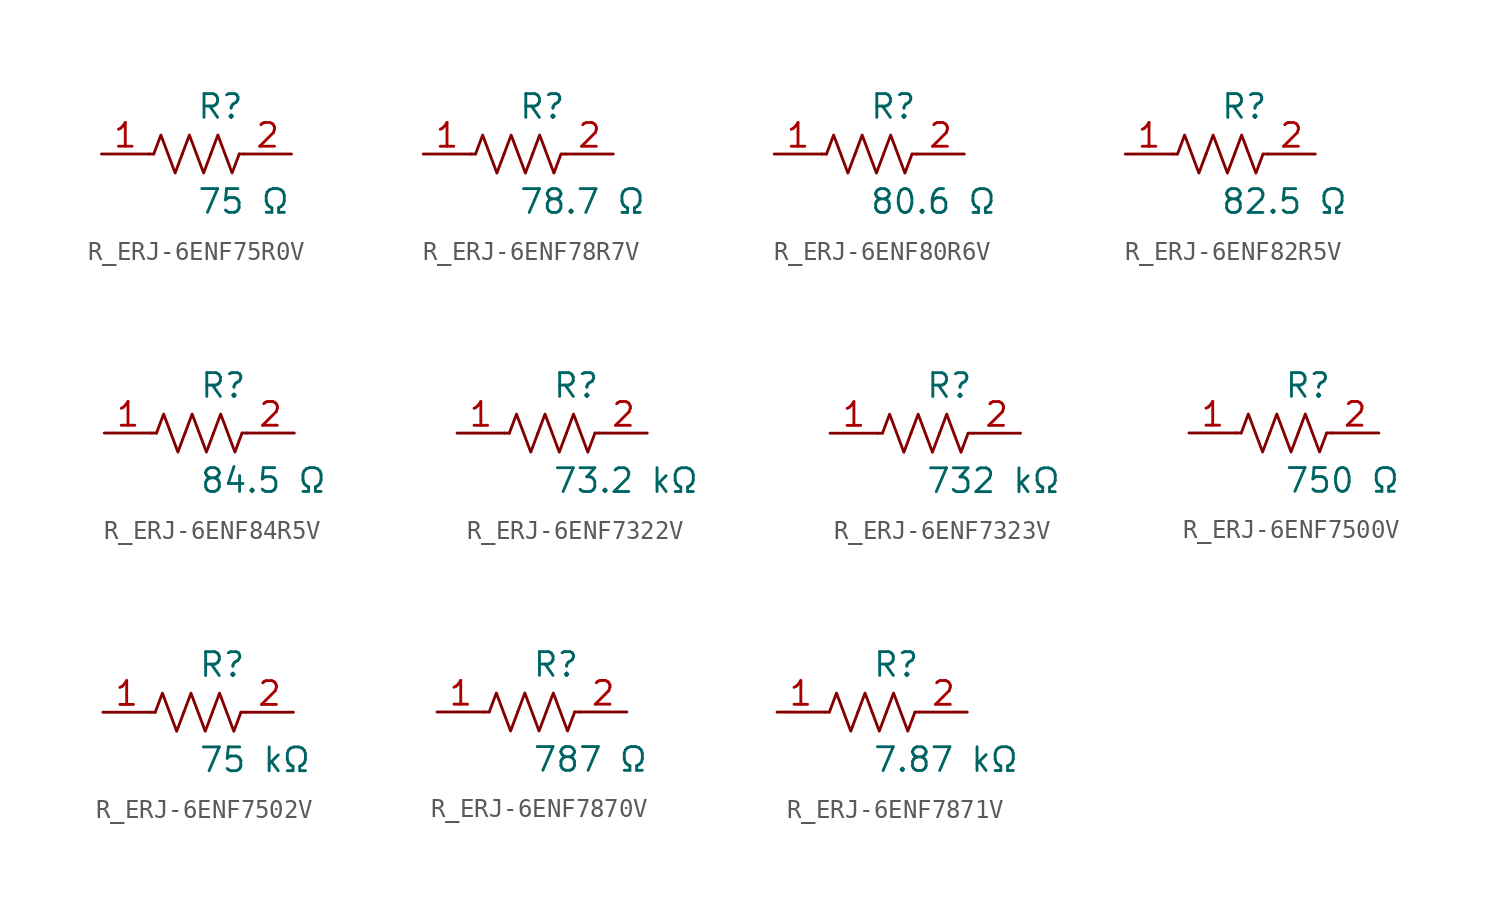
<source format=kicad_sym>
(kicad_symbol_lib
  (version 20231120)
  (generator kicad_symbol_editor)
  (generator_version 8.0)
  (symbol "R_ERJ-6ENF75R0V"
    (pin_names
      (offset 0.254))
    (property "Reference" "R"
      (at 0.0 2.54 0)
      (effects (font (size 1.27 1.27)) (justify left)))
    (property "Value" "75 Ω"
      (at 0.0 -2.54 0)
      (effects (font (size 1.27 1.27)) (justify left)))
    (symbol "R_ERJ-6ENF75R0V_0_1"
      (polyline (pts (xy 2.286 0) (xy 2.54 0)) (stroke (width 0) (type default)) (fill (type none)))
      (polyline (pts (xy -2.286 0) (xy -2.54 0)) (stroke (width 0) (type default)) (fill (type none)))
      (polyline (pts (xy 0.762 0) (xy 1.143 1.016) (xy 1.524 0) (xy 1.905 -1.016) (xy 2.286 0)) (stroke (width 0) (type default)) (fill (type none)))
      (polyline (pts (xy -0.762 0) (xy -0.381 1.016) (xy 0 0) (xy 0.381 -1.016) (xy 0.762 0)) (stroke (width 0) (type default)) (fill (type none)))
      (polyline (pts (xy -2.286 0) (xy -1.905 1.016) (xy -1.524 0) (xy -1.143 -1.016) (xy -0.762 0)) (stroke (width 0) (type default)) (fill (type none))))
    (pin unspecified line
      (at -5.08 0 0)
      (length 2.54)
      (name "" (effects (font (size 1.27 1.27))))
      (number "1" (effects (font (size 1.27 1.27)))))
    (pin unspecified line
      (at 5.08 0 180)
      (length 2.54)
      (name "" (effects (font (size 1.27 1.27))))
      (number "2" (effects (font (size 1.27 1.27))))))
  (symbol "R_ERJ-6ENF78R7V"
    (pin_names
      (offset 0.254))
    (property "Reference" "R"
      (at 0.0 2.54 0)
      (effects (font (size 1.27 1.27)) (justify left)))
    (property "Value" "78.7 Ω"
      (at 0.0 -2.54 0)
      (effects (font (size 1.27 1.27)) (justify left)))
    (symbol "R_ERJ-6ENF78R7V_0_1"
      (polyline (pts (xy 2.286 0) (xy 2.54 0)) (stroke (width 0) (type default)) (fill (type none)))
      (polyline (pts (xy -2.286 0) (xy -2.54 0)) (stroke (width 0) (type default)) (fill (type none)))
      (polyline (pts (xy 0.762 0) (xy 1.143 1.016) (xy 1.524 0) (xy 1.905 -1.016) (xy 2.286 0)) (stroke (width 0) (type default)) (fill (type none)))
      (polyline (pts (xy -0.762 0) (xy -0.381 1.016) (xy 0 0) (xy 0.381 -1.016) (xy 0.762 0)) (stroke (width 0) (type default)) (fill (type none)))
      (polyline (pts (xy -2.286 0) (xy -1.905 1.016) (xy -1.524 0) (xy -1.143 -1.016) (xy -0.762 0)) (stroke (width 0) (type default)) (fill (type none))))
    (pin unspecified line
      (at -5.08 0 0)
      (length 2.54)
      (name "" (effects (font (size 1.27 1.27))))
      (number "1" (effects (font (size 1.27 1.27)))))
    (pin unspecified line
      (at 5.08 0 180)
      (length 2.54)
      (name "" (effects (font (size 1.27 1.27))))
      (number "2" (effects (font (size 1.27 1.27))))))
  (symbol "R_ERJ-6ENF80R6V"
    (pin_names
      (offset 0.254))
    (property "Reference" "R"
      (at 0.0 2.54 0)
      (effects (font (size 1.27 1.27)) (justify left)))
    (property "Value" "80.6 Ω"
      (at 0.0 -2.54 0)
      (effects (font (size 1.27 1.27)) (justify left)))
    (symbol "R_ERJ-6ENF80R6V_0_1"
      (polyline (pts (xy 2.286 0) (xy 2.54 0)) (stroke (width 0) (type default)) (fill (type none)))
      (polyline (pts (xy -2.286 0) (xy -2.54 0)) (stroke (width 0) (type default)) (fill (type none)))
      (polyline (pts (xy 0.762 0) (xy 1.143 1.016) (xy 1.524 0) (xy 1.905 -1.016) (xy 2.286 0)) (stroke (width 0) (type default)) (fill (type none)))
      (polyline (pts (xy -0.762 0) (xy -0.381 1.016) (xy 0 0) (xy 0.381 -1.016) (xy 0.762 0)) (stroke (width 0) (type default)) (fill (type none)))
      (polyline (pts (xy -2.286 0) (xy -1.905 1.016) (xy -1.524 0) (xy -1.143 -1.016) (xy -0.762 0)) (stroke (width 0) (type default)) (fill (type none))))
    (pin unspecified line
      (at -5.08 0 0)
      (length 2.54)
      (name "" (effects (font (size 1.27 1.27))))
      (number "1" (effects (font (size 1.27 1.27)))))
    (pin unspecified line
      (at 5.08 0 180)
      (length 2.54)
      (name "" (effects (font (size 1.27 1.27))))
      (number "2" (effects (font (size 1.27 1.27))))))
  (symbol "R_ERJ-6ENF82R5V"
    (pin_names
      (offset 0.254))
    (property "Reference" "R"
      (at 0.0 2.54 0)
      (effects (font (size 1.27 1.27)) (justify left)))
    (property "Value" "82.5 Ω"
      (at 0.0 -2.54 0)
      (effects (font (size 1.27 1.27)) (justify left)))
    (symbol "R_ERJ-6ENF82R5V_0_1"
      (polyline (pts (xy 2.286 0) (xy 2.54 0)) (stroke (width 0) (type default)) (fill (type none)))
      (polyline (pts (xy -2.286 0) (xy -2.54 0)) (stroke (width 0) (type default)) (fill (type none)))
      (polyline (pts (xy 0.762 0) (xy 1.143 1.016) (xy 1.524 0) (xy 1.905 -1.016) (xy 2.286 0)) (stroke (width 0) (type default)) (fill (type none)))
      (polyline (pts (xy -0.762 0) (xy -0.381 1.016) (xy 0 0) (xy 0.381 -1.016) (xy 0.762 0)) (stroke (width 0) (type default)) (fill (type none)))
      (polyline (pts (xy -2.286 0) (xy -1.905 1.016) (xy -1.524 0) (xy -1.143 -1.016) (xy -0.762 0)) (stroke (width 0) (type default)) (fill (type none))))
    (pin unspecified line
      (at -5.08 0 0)
      (length 2.54)
      (name "" (effects (font (size 1.27 1.27))))
      (number "1" (effects (font (size 1.27 1.27)))))
    (pin unspecified line
      (at 5.08 0 180)
      (length 2.54)
      (name "" (effects (font (size 1.27 1.27))))
      (number "2" (effects (font (size 1.27 1.27))))))
  (symbol "R_ERJ-6ENF84R5V"
    (pin_names
      (offset 0.254))
    (property "Reference" "R"
      (at 0.0 2.54 0)
      (effects (font (size 1.27 1.27)) (justify left)))
    (property "Value" "84.5 Ω"
      (at 0.0 -2.54 0)
      (effects (font (size 1.27 1.27)) (justify left)))
    (symbol "R_ERJ-6ENF84R5V_0_1"
      (polyline (pts (xy 2.286 0) (xy 2.54 0)) (stroke (width 0) (type default)) (fill (type none)))
      (polyline (pts (xy -2.286 0) (xy -2.54 0)) (stroke (width 0) (type default)) (fill (type none)))
      (polyline (pts (xy 0.762 0) (xy 1.143 1.016) (xy 1.524 0) (xy 1.905 -1.016) (xy 2.286 0)) (stroke (width 0) (type default)) (fill (type none)))
      (polyline (pts (xy -0.762 0) (xy -0.381 1.016) (xy 0 0) (xy 0.381 -1.016) (xy 0.762 0)) (stroke (width 0) (type default)) (fill (type none)))
      (polyline (pts (xy -2.286 0) (xy -1.905 1.016) (xy -1.524 0) (xy -1.143 -1.016) (xy -0.762 0)) (stroke (width 0) (type default)) (fill (type none))))
    (pin unspecified line
      (at -5.08 0 0)
      (length 2.54)
      (name "" (effects (font (size 1.27 1.27))))
      (number "1" (effects (font (size 1.27 1.27)))))
    (pin unspecified line
      (at 5.08 0 180)
      (length 2.54)
      (name "" (effects (font (size 1.27 1.27))))
      (number "2" (effects (font (size 1.27 1.27))))))
  (symbol "R_ERJ-6ENF7322V"
    (pin_names
      (offset 0.254))
    (property "Reference" "R"
      (at 0.0 2.54 0)
      (effects (font (size 1.27 1.27)) (justify left)))
    (property "Value" "73.2 kΩ"
      (at 0.0 -2.54 0)
      (effects (font (size 1.27 1.27)) (justify left)))
    (symbol "R_ERJ-6ENF7322V_0_1"
      (polyline (pts (xy 2.286 0) (xy 2.54 0)) (stroke (width 0) (type default)) (fill (type none)))
      (polyline (pts (xy -2.286 0) (xy -2.54 0)) (stroke (width 0) (type default)) (fill (type none)))
      (polyline (pts (xy 0.762 0) (xy 1.143 1.016) (xy 1.524 0) (xy 1.905 -1.016) (xy 2.286 0)) (stroke (width 0) (type default)) (fill (type none)))
      (polyline (pts (xy -0.762 0) (xy -0.381 1.016) (xy 0 0) (xy 0.381 -1.016) (xy 0.762 0)) (stroke (width 0) (type default)) (fill (type none)))
      (polyline (pts (xy -2.286 0) (xy -1.905 1.016) (xy -1.524 0) (xy -1.143 -1.016) (xy -0.762 0)) (stroke (width 0) (type default)) (fill (type none))))
    (pin unspecified line
      (at -5.08 0 0)
      (length 2.54)
      (name "" (effects (font (size 1.27 1.27))))
      (number "1" (effects (font (size 1.27 1.27)))))
    (pin unspecified line
      (at 5.08 0 180)
      (length 2.54)
      (name "" (effects (font (size 1.27 1.27))))
      (number "2" (effects (font (size 1.27 1.27))))))
  (symbol "R_ERJ-6ENF7323V"
    (pin_names
      (offset 0.254))
    (property "Reference" "R"
      (at 0.0 2.54 0)
      (effects (font (size 1.27 1.27)) (justify left)))
    (property "Value" "732 kΩ"
      (at 0.0 -2.54 0)
      (effects (font (size 1.27 1.27)) (justify left)))
    (symbol "R_ERJ-6ENF7323V_0_1"
      (polyline (pts (xy 2.286 0) (xy 2.54 0)) (stroke (width 0) (type default)) (fill (type none)))
      (polyline (pts (xy -2.286 0) (xy -2.54 0)) (stroke (width 0) (type default)) (fill (type none)))
      (polyline (pts (xy 0.762 0) (xy 1.143 1.016) (xy 1.524 0) (xy 1.905 -1.016) (xy 2.286 0)) (stroke (width 0) (type default)) (fill (type none)))
      (polyline (pts (xy -0.762 0) (xy -0.381 1.016) (xy 0 0) (xy 0.381 -1.016) (xy 0.762 0)) (stroke (width 0) (type default)) (fill (type none)))
      (polyline (pts (xy -2.286 0) (xy -1.905 1.016) (xy -1.524 0) (xy -1.143 -1.016) (xy -0.762 0)) (stroke (width 0) (type default)) (fill (type none))))
    (pin unspecified line
      (at -5.08 0 0)
      (length 2.54)
      (name "" (effects (font (size 1.27 1.27))))
      (number "1" (effects (font (size 1.27 1.27)))))
    (pin unspecified line
      (at 5.08 0 180)
      (length 2.54)
      (name "" (effects (font (size 1.27 1.27))))
      (number "2" (effects (font (size 1.27 1.27))))))
  (symbol "R_ERJ-6ENF7500V"
    (pin_names
      (offset 0.254))
    (property "Reference" "R"
      (at 0.0 2.54 0)
      (effects (font (size 1.27 1.27)) (justify left)))
    (property "Value" "750 Ω"
      (at 0.0 -2.54 0)
      (effects (font (size 1.27 1.27)) (justify left)))
    (symbol "R_ERJ-6ENF7500V_0_1"
      (polyline (pts (xy 2.286 0) (xy 2.54 0)) (stroke (width 0) (type default)) (fill (type none)))
      (polyline (pts (xy -2.286 0) (xy -2.54 0)) (stroke (width 0) (type default)) (fill (type none)))
      (polyline (pts (xy 0.762 0) (xy 1.143 1.016) (xy 1.524 0) (xy 1.905 -1.016) (xy 2.286 0)) (stroke (width 0) (type default)) (fill (type none)))
      (polyline (pts (xy -0.762 0) (xy -0.381 1.016) (xy 0 0) (xy 0.381 -1.016) (xy 0.762 0)) (stroke (width 0) (type default)) (fill (type none)))
      (polyline (pts (xy -2.286 0) (xy -1.905 1.016) (xy -1.524 0) (xy -1.143 -1.016) (xy -0.762 0)) (stroke (width 0) (type default)) (fill (type none))))
    (pin unspecified line
      (at -5.08 0 0)
      (length 2.54)
      (name "" (effects (font (size 1.27 1.27))))
      (number "1" (effects (font (size 1.27 1.27)))))
    (pin unspecified line
      (at 5.08 0 180)
      (length 2.54)
      (name "" (effects (font (size 1.27 1.27))))
      (number "2" (effects (font (size 1.27 1.27))))))
  (symbol "R_ERJ-6ENF7502V"
    (pin_names
      (offset 0.254))
    (property "Reference" "R"
      (at 0.0 2.54 0)
      (effects (font (size 1.27 1.27)) (justify left)))
    (property "Value" "75 kΩ"
      (at 0.0 -2.54 0)
      (effects (font (size 1.27 1.27)) (justify left)))
    (symbol "R_ERJ-6ENF7502V_0_1"
      (polyline (pts (xy 2.286 0) (xy 2.54 0)) (stroke (width 0) (type default)) (fill (type none)))
      (polyline (pts (xy -2.286 0) (xy -2.54 0)) (stroke (width 0) (type default)) (fill (type none)))
      (polyline (pts (xy 0.762 0) (xy 1.143 1.016) (xy 1.524 0) (xy 1.905 -1.016) (xy 2.286 0)) (stroke (width 0) (type default)) (fill (type none)))
      (polyline (pts (xy -0.762 0) (xy -0.381 1.016) (xy 0 0) (xy 0.381 -1.016) (xy 0.762 0)) (stroke (width 0) (type default)) (fill (type none)))
      (polyline (pts (xy -2.286 0) (xy -1.905 1.016) (xy -1.524 0) (xy -1.143 -1.016) (xy -0.762 0)) (stroke (width 0) (type default)) (fill (type none))))
    (pin unspecified line
      (at -5.08 0 0)
      (length 2.54)
      (name "" (effects (font (size 1.27 1.27))))
      (number "1" (effects (font (size 1.27 1.27)))))
    (pin unspecified line
      (at 5.08 0 180)
      (length 2.54)
      (name "" (effects (font (size 1.27 1.27))))
      (number "2" (effects (font (size 1.27 1.27))))))
  (symbol "R_ERJ-6ENF7870V"
    (pin_names
      (offset 0.254))
    (property "Reference" "R"
      (at 0.0 2.54 0)
      (effects (font (size 1.27 1.27)) (justify left)))
    (property "Value" "787 Ω"
      (at 0.0 -2.54 0)
      (effects (font (size 1.27 1.27)) (justify left)))
    (symbol "R_ERJ-6ENF7870V_0_1"
      (polyline (pts (xy 2.286 0) (xy 2.54 0)) (stroke (width 0) (type default)) (fill (type none)))
      (polyline (pts (xy -2.286 0) (xy -2.54 0)) (stroke (width 0) (type default)) (fill (type none)))
      (polyline (pts (xy 0.762 0) (xy 1.143 1.016) (xy 1.524 0) (xy 1.905 -1.016) (xy 2.286 0)) (stroke (width 0) (type default)) (fill (type none)))
      (polyline (pts (xy -0.762 0) (xy -0.381 1.016) (xy 0 0) (xy 0.381 -1.016) (xy 0.762 0)) (stroke (width 0) (type default)) (fill (type none)))
      (polyline (pts (xy -2.286 0) (xy -1.905 1.016) (xy -1.524 0) (xy -1.143 -1.016) (xy -0.762 0)) (stroke (width 0) (type default)) (fill (type none))))
    (pin unspecified line
      (at -5.08 0 0)
      (length 2.54)
      (name "" (effects (font (size 1.27 1.27))))
      (number "1" (effects (font (size 1.27 1.27)))))
    (pin unspecified line
      (at 5.08 0 180)
      (length 2.54)
      (name "" (effects (font (size 1.27 1.27))))
      (number "2" (effects (font (size 1.27 1.27))))))
  (symbol "R_ERJ-6ENF7871V"
    (pin_names
      (offset 0.254))
    (property "Reference" "R"
      (at 0.0 2.54 0)
      (effects (font (size 1.27 1.27)) (justify left)))
    (property "Value" "7.87 kΩ"
      (at 0.0 -2.54 0)
      (effects (font (size 1.27 1.27)) (justify left)))
    (symbol "R_ERJ-6ENF7871V_0_1"
      (polyline (pts (xy 2.286 0) (xy 2.54 0)) (stroke (width 0) (type default)) (fill (type none)))
      (polyline (pts (xy -2.286 0) (xy -2.54 0)) (stroke (width 0) (type default)) (fill (type none)))
      (polyline (pts (xy 0.762 0) (xy 1.143 1.016) (xy 1.524 0) (xy 1.905 -1.016) (xy 2.286 0)) (stroke (width 0) (type default)) (fill (type none)))
      (polyline (pts (xy -0.762 0) (xy -0.381 1.016) (xy 0 0) (xy 0.381 -1.016) (xy 0.762 0)) (stroke (width 0) (type default)) (fill (type none)))
      (polyline (pts (xy -2.286 0) (xy -1.905 1.016) (xy -1.524 0) (xy -1.143 -1.016) (xy -0.762 0)) (stroke (width 0) (type default)) (fill (type none))))
    (pin unspecified line
      (at -5.08 0 0)
      (length 2.54)
      (name "" (effects (font (size 1.27 1.27))))
      (number "1" (effects (font (size 1.27 1.27)))))
    (pin unspecified line
      (at 5.08 0 180)
      (length 2.54)
      (name "" (effects (font (size 1.27 1.27))))
      (number "2" (effects (font (size 1.27 1.27)))))))
</source>
